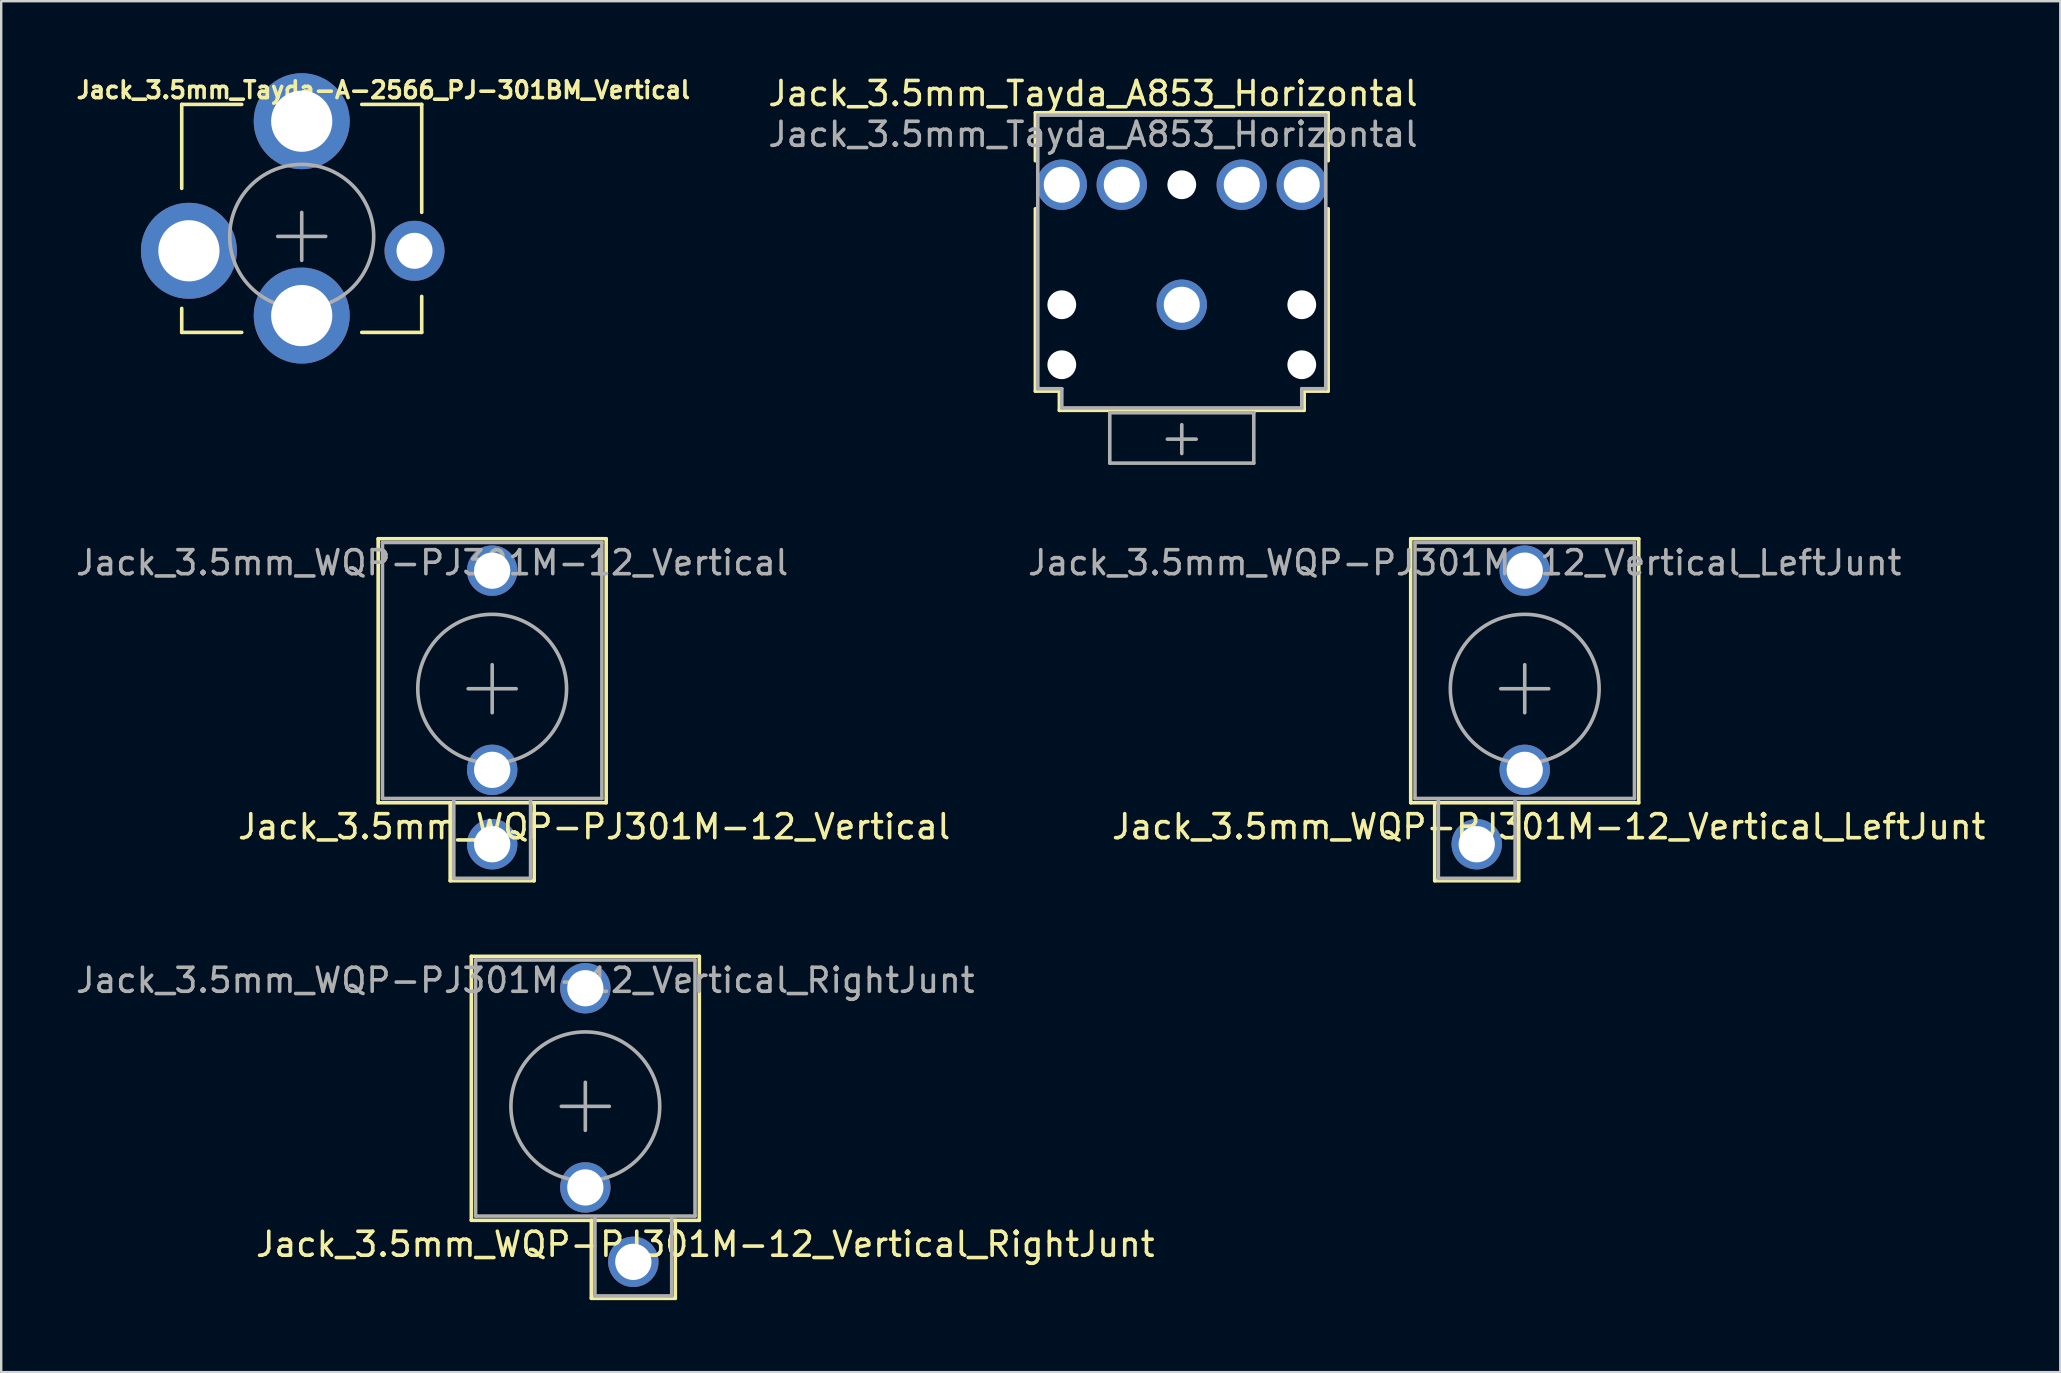
<source format=kicad_pcb>
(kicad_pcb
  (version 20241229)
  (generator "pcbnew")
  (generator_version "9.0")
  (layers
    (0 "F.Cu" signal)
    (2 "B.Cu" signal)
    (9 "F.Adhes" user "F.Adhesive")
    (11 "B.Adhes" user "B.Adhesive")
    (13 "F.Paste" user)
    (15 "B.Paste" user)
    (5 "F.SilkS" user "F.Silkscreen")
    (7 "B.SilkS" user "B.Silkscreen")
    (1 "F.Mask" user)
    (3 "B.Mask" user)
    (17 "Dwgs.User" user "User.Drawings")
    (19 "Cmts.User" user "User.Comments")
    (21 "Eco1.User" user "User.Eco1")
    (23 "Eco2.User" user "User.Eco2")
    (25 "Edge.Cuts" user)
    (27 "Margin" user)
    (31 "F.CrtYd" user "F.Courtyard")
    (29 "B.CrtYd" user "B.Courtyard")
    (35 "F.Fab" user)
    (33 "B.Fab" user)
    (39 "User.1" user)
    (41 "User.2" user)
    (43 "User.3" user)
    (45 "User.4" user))
  (footprint "Jack_3.5mm_WQP-PJ301M-12_Vertical_LeftJunt"
    (layer "F.Cu")
    (at 60.482 25.648)
    (property "Reference" "Jack_3.5mm_WQP-PJ301M-12_Vertical_LeftJunt" (at 1 5.75 0) (layer "F.SilkS") (effects (font (size 1 1) (thickness 0.15))))
    (attr through_hole)
    (fp_line (start -4.75 4.75) (end -4.75 -6.25) (stroke (width 0.15) (type solid)) (layer "F.SilkS"))
    (fp_line (start -4.75 4.75) (end 4.75 4.75) (stroke (width 0.15) (type solid)) (layer "F.SilkS"))
    (fp_line (start -3.75 4.75) (end -3.75 8) (stroke (width 0.15) (type solid)) (layer "F.SilkS"))
    (fp_line (start -3.75 8) (end -0.25 8) (stroke (width 0.15) (type solid)) (layer "F.SilkS"))
    (fp_line (start -0.25 8) (end -0.25 4.75) (stroke (width 0.15) (type solid)) (layer "F.SilkS"))
    (fp_line (start 4.75 -6.25) (end -4.75 -6.25) (stroke (width 0.15) (type solid)) (layer "F.SilkS"))
    (fp_line (start 4.75 4.75) (end 4.75 -6.25) (stroke (width 0.15) (type solid)) (layer "F.SilkS"))
    (fp_line (start -4.572 -6.096) (end 4.572 -6.096) (stroke (width 0.15) (type solid)) (layer "F.Fab"))
    (fp_line (start -4.572 4.572) (end -4.572 -6.096) (stroke (width 0.15) (type solid)) (layer "F.Fab"))
    (fp_line (start -3.6 4.6) (end -3.6 7.9) (stroke (width 0.15) (type solid)) (layer "F.Fab"))
    (fp_line (start -3.6 7.9) (end -0.4 7.9) (stroke (width 0.15) (type solid)) (layer "F.Fab"))
    (fp_line (start -1 0) (end 1 0) (stroke (width 0.15) (type solid)) (layer "F.Fab"))
    (fp_line (start -0.4 7.9) (end -0.4 4.6) (stroke (width 0.15) (type solid)) (layer "F.Fab"))
    (fp_line (start 0 1) (end 0 -1) (stroke (width 0.15) (type solid)) (layer "F.Fab"))
    (fp_line (start 4.572 -6.096) (end 4.572 4.572) (stroke (width 0.15) (type solid)) (layer "F.Fab"))
    (fp_line (start 4.572 4.572) (end -4.572 4.572) (stroke (width 0.15) (type solid)) (layer "F.Fab"))
    (fp_circle (center 0 0) (end 3.1 0) (stroke (width 0.15) (type solid)) (fill no) (layer "F.Fab"))
    (fp_text user "${REFERENCE}" (at -2.5 -5.25 0) (layer "F.Fab") (effects (font (size 1 1) (thickness 0.15))))
    (pad "1" thru_hole circle (at -2 6.48) (size 2.1 2.1) (drill 1.51) (layers "*.Cu" "*.Mask"))
    (pad "2" thru_hole circle (at 0 3.38) (size 2.1 2.1) (drill 1.51) (layers "*.Cu" "*.Mask"))
    (pad "3" thru_hole circle (at 0 -4.92) (size 2.1 2.1) (drill 1.51) (layers "*.Cu" "*.Mask")))
  (footprint "Jack_3.5mm_Tayda_A853_Horizontal"
    (layer "F.Cu")
    (at 46.192 9.648)
    (property "Reference" "Jack_3.5mm_Tayda_A853_Horizontal" (at -3.7 -8.8 0) (layer "F.SilkS") (effects (font (size 1 1) (thickness 0.15))))
    (attr through_hole)
    (fp_line (start -6.1 -8) (end -6.1 -6) (stroke (width 0.15) (type solid)) (layer "F.SilkS"))
    (fp_line (start -6.1 -8) (end 6.1 -8) (stroke (width 0.15) (type solid)) (layer "F.SilkS"))
    (fp_line (start -6.1 3.6) (end -6.1 -4) (stroke (width 0.15) (type solid)) (layer "F.SilkS"))
    (fp_line (start -6.1 3.6) (end -5.1 3.6) (stroke (width 0.15) (type solid)) (layer "F.SilkS"))
    (fp_line (start -5.1 4.4) (end -5.1 3.6) (stroke (width 0.15) (type solid)) (layer "F.SilkS"))
    (fp_line (start -5.1 4.4) (end 5.1 4.4) (stroke (width 0.15) (type solid)) (layer "F.SilkS"))
    (fp_line (start 5.1 3.6) (end 6.1 3.6) (stroke (width 0.15) (type solid)) (layer "F.SilkS"))
    (fp_line (start 5.1 4.4) (end 5.1 3.6) (stroke (width 0.15) (type solid)) (layer "F.SilkS"))
    (fp_line (start 6.1 -8) (end 6.1 -6) (stroke (width 0.15) (type solid)) (layer "F.SilkS"))
    (fp_line (start 6.1 -4) (end 6.1 3.6) (stroke (width 0.15) (type solid)) (layer "F.SilkS"))
    (fp_line (start -6 -7.9) (end -6 3.5) (stroke (width 0.15) (type solid)) (layer "F.Fab"))
    (fp_line (start -6 3.5) (end -5 3.5) (stroke (width 0.15) (type solid)) (layer "F.Fab"))
    (fp_line (start -5 3.5) (end -5 4.3) (stroke (width 0.15) (type solid)) (layer "F.Fab"))
    (fp_line (start -5 4.3) (end 5 4.3) (stroke (width 0.15) (type solid)) (layer "F.Fab"))
    (fp_line (start -3 4.5) (end 3 4.5) (stroke (width 0.15) (type solid)) (layer "F.Fab"))
    (fp_line (start -3 6.6) (end -3 4.5) (stroke (width 0.15) (type solid)) (layer "F.Fab"))
    (fp_line (start -0.6 5.6) (end 0.6 5.6) (stroke (width 0.15) (type solid)) (layer "F.Fab"))
    (fp_line (start 0 5) (end 0 6.2) (stroke (width 0.15) (type solid)) (layer "F.Fab"))
    (fp_line (start 3 4.5) (end 3 6.6) (stroke (width 0.15) (type solid)) (layer "F.Fab"))
    (fp_line (start 3 6.6) (end -3 6.6) (stroke (width 0.15) (type solid)) (layer "F.Fab"))
    (fp_line (start 5 3.5) (end 6 3.5) (stroke (width 0.15) (type solid)) (layer "F.Fab"))
    (fp_line (start 5 4.3) (end 5 3.5) (stroke (width 0.15) (type solid)) (layer "F.Fab"))
    (fp_line (start 6 -7.9) (end -6 -7.9) (stroke (width 0.15) (type solid)) (layer "F.Fab"))
    (fp_line (start 6 3.5) (end 6 -7.9) (stroke (width 0.15) (type solid)) (layer "F.Fab"))
    (fp_text user "${REFERENCE}" (at -3.7 -7.1 0) (layer "F.Fab") (effects (font (size 1 1) (thickness 0.15))))
    (pad "" np_thru_hole circle (at -5 0) (size 1.2 1.2) (drill 1.2) (layers "*.Cu" "*.Mask"))
    (pad "" np_thru_hole circle (at -5 2.5) (size 1.2 1.2) (drill 1.2) (layers "*.Cu" "*.Mask"))
    (pad "" np_thru_hole circle (at 0 -5) (size 1.2 1.2) (drill 1.2) (layers "*.Cu" "*.Mask"))
    (pad "" np_thru_hole circle (at 5 0) (size 1.2 1.2) (drill 1.2) (layers "*.Cu" "*.Mask"))
    (pad "" np_thru_hole circle (at 5 2.5) (size 1.2 1.2) (drill 1.2) (layers "*.Cu" "*.Mask"))
    (pad "1" thru_hole circle (at 0 0) (size 2.1 2.1) (drill 1.5) (layers "*.Cu" "*.Mask"))
    (pad "2" thru_hole circle (at -5 -5) (size 2.1 2.1) (drill 1.5) (layers "*.Cu" "*.Mask"))
    (pad "3" thru_hole circle (at 5 -5) (size 2.1 2.1) (drill 1.5) (layers "*.Cu" "*.Mask"))
    (pad "4" thru_hole circle (at -2.5 -5) (size 2.1 2.1) (drill 1.5) (layers "*.Cu" "*.Mask"))
    (pad "5" thru_hole circle (at 2.5 -5) (size 2.1 2.1) (drill 1.5) (layers "*.Cu" "*.Mask")))
  (footprint "Jack_3.5mm_Tayda-A-2566_PJ-301BM_Vertical"
    (layer "F.Cu")
    (at 9.522 6.8)
    (property "Reference" "Jack_3.5mm_Tayda-A-2566_PJ-301BM_Vertical" (at 3.4 -6.1 0) (layer "F.SilkS") (effects (font (size 0.7 0.7) (thickness 0.15))))
    (attr through_hole)
    (fp_line (start -5 -5.5) (end -2.5 -5.5) (stroke (width 0.15) (type solid)) (layer "F.SilkS"))
    (fp_line (start -5 -2) (end -5 -5.5) (stroke (width 0.15) (type solid)) (layer "F.SilkS"))
    (fp_line (start -5 4) (end -5 3) (stroke (width 0.15) (type solid)) (layer "F.SilkS"))
    (fp_line (start -2.5 4) (end -5 4) (stroke (width 0.15) (type solid)) (layer "F.SilkS"))
    (fp_line (start 2.5 -5.5) (end 5 -5.5) (stroke (width 0.15) (type solid)) (layer "F.SilkS"))
    (fp_line (start 5 -5.5) (end 5 -1) (stroke (width 0.15) (type solid)) (layer "F.SilkS"))
    (fp_line (start 5 2.5) (end 5 4) (stroke (width 0.15) (type solid)) (layer "F.SilkS"))
    (fp_line (start 5 4) (end 2.5 4) (stroke (width 0.15) (type solid)) (layer "F.SilkS"))
    (fp_line (start -1 0) (end 1 0) (stroke (width 0.15) (type solid)) (layer "F.Fab"))
    (fp_line (start 0 -1) (end 0 1) (stroke (width 0.15) (type solid)) (layer "F.Fab"))
    (fp_circle (center 0 0) (end 3 0) (stroke (width 0.15) (type solid)) (fill no) (layer "F.Fab"))
    (pad "1" thru_hole circle (at -4.7 0.6) (size 4 4) (drill 2.55) (layers "*.Cu" "*.Mask"))
    (pad "1" thru_hole circle (at 4.7 0.6) (size 2.5 2.5) (drill 1.5) (layers "*.Cu" "*.Mask"))
    (pad "2" thru_hole circle (at 0 3.3) (size 4 4) (drill 2.55) (layers "*.Cu" "*.Mask"))
    (pad "3" thru_hole circle (at 0 -4.8) (size 4 4) (drill 2.55) (layers "*.Cu" "*.Mask")))
  (footprint "Jack_3.5mm_WQP-PJ301M-12_Vertical"
    (layer "F.Cu")
    (at 17.458 25.648)
    (property "Reference" "Jack_3.5mm_WQP-PJ301M-12_Vertical" (at 4.25 5.75 0) (layer "F.SilkS") (effects (font (size 1 1) (thickness 0.15))))
    (attr through_hole)
    (fp_line (start -4.75 4.75) (end -4.75 -6.25) (stroke (width 0.15) (type solid)) (layer "F.SilkS"))
    (fp_line (start -4.75 4.75) (end 4.75 4.75) (stroke (width 0.15) (type solid)) (layer "F.SilkS"))
    (fp_line (start -1.75 4.75) (end -1.75 8) (stroke (width 0.15) (type solid)) (layer "F.SilkS"))
    (fp_line (start -1.75 8) (end 1.75 8) (stroke (width 0.15) (type solid)) (layer "F.SilkS"))
    (fp_line (start 1.75 8) (end 1.75 4.75) (stroke (width 0.15) (type solid)) (layer "F.SilkS"))
    (fp_line (start 4.75 -6.25) (end -4.75 -6.25) (stroke (width 0.15) (type solid)) (layer "F.SilkS"))
    (fp_line (start 4.75 4.75) (end 4.75 -6.25) (stroke (width 0.15) (type solid)) (layer "F.SilkS"))
    (fp_line (start -4.572 -6.096) (end 4.572 -6.096) (stroke (width 0.15) (type solid)) (layer "F.Fab"))
    (fp_line (start -4.572 4.572) (end -4.572 -6.096) (stroke (width 0.15) (type solid)) (layer "F.Fab"))
    (fp_line (start -1.6 4.6) (end -1.6 7.9) (stroke (width 0.15) (type solid)) (layer "F.Fab"))
    (fp_line (start -1.6 7.9) (end 1.6 7.9) (stroke (width 0.15) (type solid)) (layer "F.Fab"))
    (fp_line (start -1 0) (end 1 0) (stroke (width 0.15) (type solid)) (layer "F.Fab"))
    (fp_line (start 0 1) (end 0 -1) (stroke (width 0.15) (type solid)) (layer "F.Fab"))
    (fp_line (start 1.6 7.9) (end 1.6 4.6) (stroke (width 0.15) (type solid)) (layer "F.Fab"))
    (fp_line (start 4.572 -6.096) (end 4.572 4.572) (stroke (width 0.15) (type solid)) (layer "F.Fab"))
    (fp_line (start 4.572 4.572) (end -4.572 4.572) (stroke (width 0.15) (type solid)) (layer "F.Fab"))
    (fp_circle (center 0 0) (end 3.1 0) (stroke (width 0.15) (type solid)) (fill no) (layer "F.Fab"))
    (fp_text user "${REFERENCE}" (at -2.5 -5.25 0) (layer "F.Fab") (effects (font (size 1 1) (thickness 0.15))))
    (pad "1" thru_hole circle (at 0 6.48) (size 2.1 2.1) (drill 1.51) (layers "*.Cu" "*.Mask"))
    (pad "2" thru_hole circle (at 0 3.38) (size 2.1 2.1) (drill 1.51) (layers "*.Cu" "*.Mask"))
    (pad "3" thru_hole circle (at 0 -4.92) (size 2.1 2.1) (drill 1.51) (layers "*.Cu" "*.Mask")))
  (footprint "Jack_3.5mm_WQP-PJ301M-12_Vertical_RightJunt"
    (layer "F.Cu")
    (at 21.339 43.048)
    (property "Reference" "Jack_3.5mm_WQP-PJ301M-12_Vertical_RightJunt" (at 5 5.75 0) (layer "F.SilkS") (effects (font (size 1 1) (thickness 0.15))))
    (attr through_hole)
    (fp_line (start -4.75 4.75) (end -4.75 -6.25) (stroke (width 0.15) (type solid)) (layer "F.SilkS"))
    (fp_line (start -4.75 4.75) (end 4.75 4.75) (stroke (width 0.15) (type solid)) (layer "F.SilkS"))
    (fp_line (start 0.25 4.75) (end 0.25 8) (stroke (width 0.15) (type solid)) (layer "F.SilkS"))
    (fp_line (start 0.25 8) (end 3.75 8) (stroke (width 0.15) (type solid)) (layer "F.SilkS"))
    (fp_line (start 3.75 8) (end 3.75 4.75) (stroke (width 0.15) (type solid)) (layer "F.SilkS"))
    (fp_line (start 4.75 -6.25) (end -4.75 -6.25) (stroke (width 0.15) (type solid)) (layer "F.SilkS"))
    (fp_line (start 4.75 4.75) (end 4.75 -6.25) (stroke (width 0.15) (type solid)) (layer "F.SilkS"))
    (fp_line (start -4.572 -6.096) (end 4.572 -6.096) (stroke (width 0.15) (type solid)) (layer "F.Fab"))
    (fp_line (start -4.572 4.572) (end -4.572 -6.096) (stroke (width 0.15) (type solid)) (layer "F.Fab"))
    (fp_line (start -1 0) (end 1 0) (stroke (width 0.15) (type solid)) (layer "F.Fab"))
    (fp_line (start 0 1) (end 0 -1) (stroke (width 0.15) (type solid)) (layer "F.Fab"))
    (fp_line (start 0.4 4.6) (end 0.4 7.9) (stroke (width 0.15) (type solid)) (layer "F.Fab"))
    (fp_line (start 0.4 7.9) (end 3.6 7.9) (stroke (width 0.15) (type solid)) (layer "F.Fab"))
    (fp_line (start 3.6 7.9) (end 3.6 4.6) (stroke (width 0.15) (type solid)) (layer "F.Fab"))
    (fp_line (start 4.572 -6.096) (end 4.572 4.572) (stroke (width 0.15) (type solid)) (layer "F.Fab"))
    (fp_line (start 4.572 4.572) (end -4.572 4.572) (stroke (width 0.15) (type solid)) (layer "F.Fab"))
    (fp_circle (center 0 0) (end 3.1 0) (stroke (width 0.15) (type solid)) (fill no) (layer "F.Fab"))
    (fp_text user "${REFERENCE}" (at -2.5 -5.25 0) (layer "F.Fab") (effects (font (size 1 1) (thickness 0.15))))
    (pad "1" thru_hole circle (at 2 6.48) (size 2.1 2.1) (drill 1.51) (layers "*.Cu" "*.Mask"))
    (pad "2" thru_hole circle (at 0 3.38) (size 2.1 2.1) (drill 1.51) (layers "*.Cu" "*.Mask"))
    (pad "3" thru_hole circle (at 0 -4.92) (size 2.1 2.1) (drill 1.51) (layers "*.Cu" "*.Mask")))
  (gr_rect
    (start -3 -3)
    (end 82.798 54.123)
    (stroke (width 0.1) (type default))
    (fill no)
    (layer "Edge.Cuts")))
</source>
